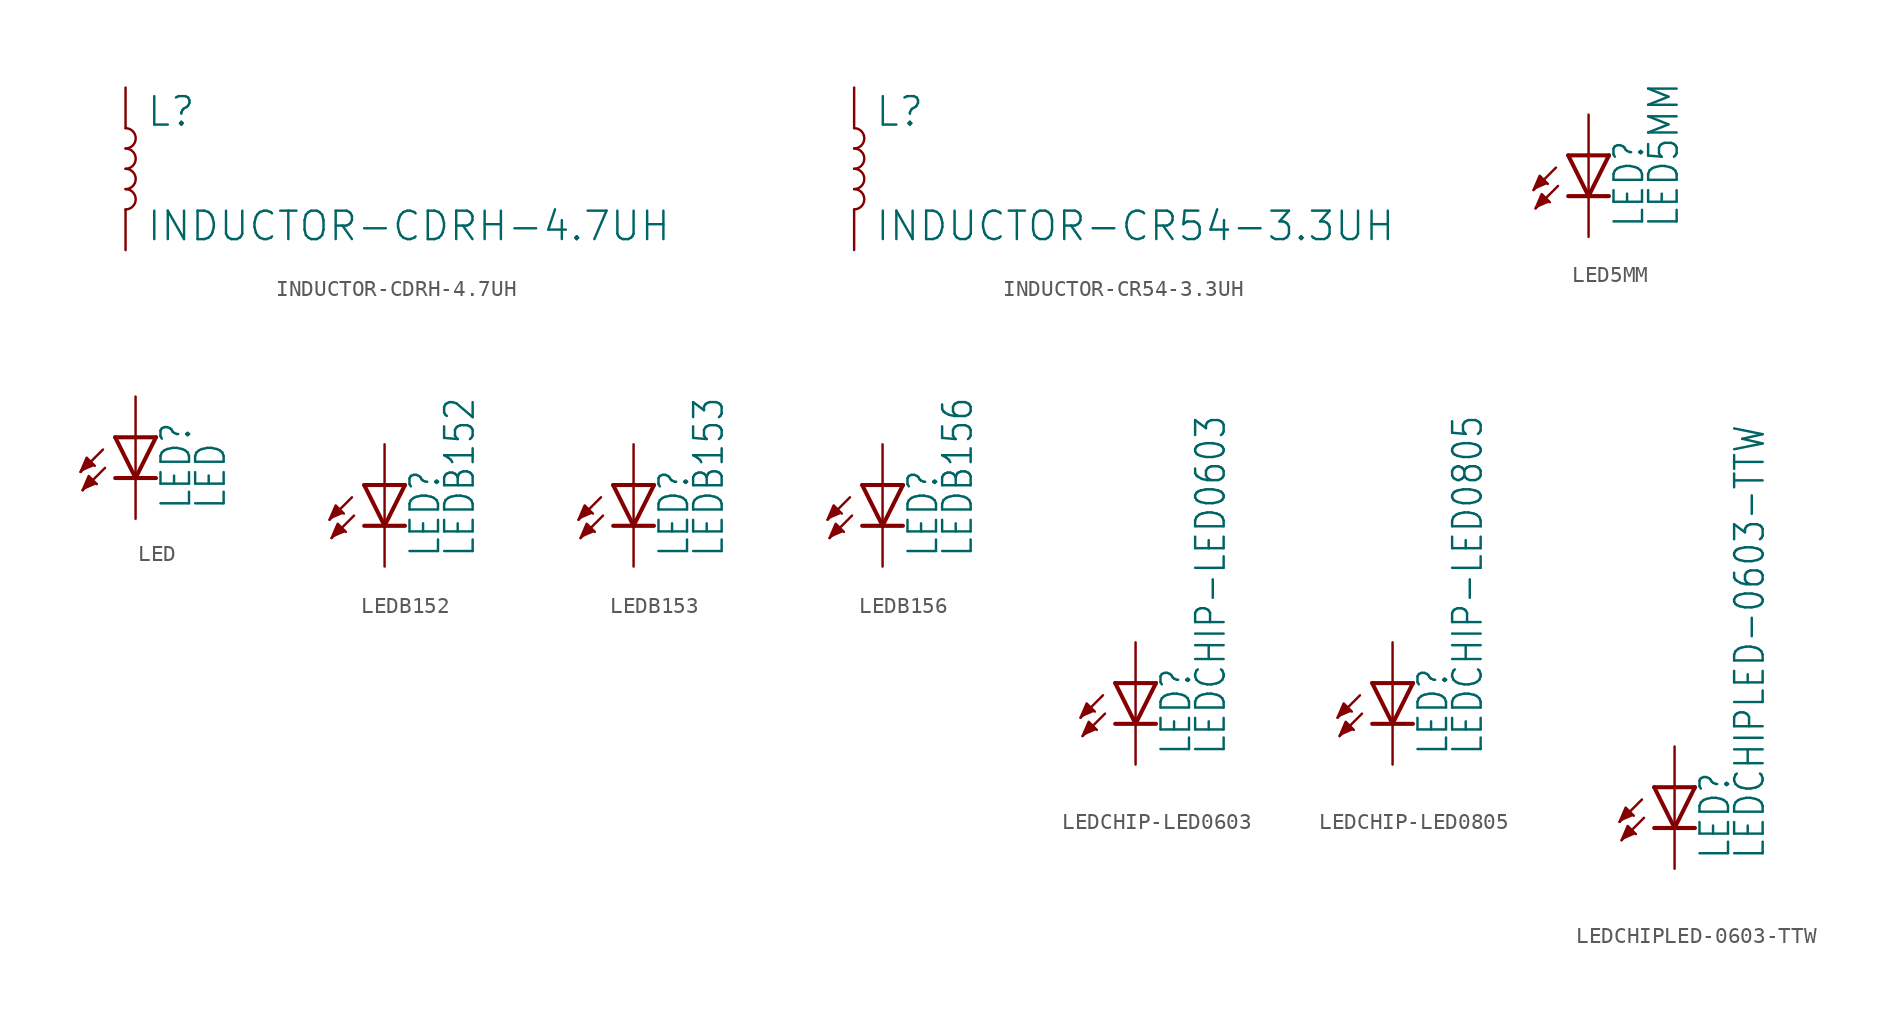
<source format=kicad_sym>
(kicad_symbol_lib
  (version 20220331)
  (generator kicad_symbol_editor)
  (symbol "INDUCTOR-CDRH-4.7UH"
    (property "Reference" "L"
      (at 1.27 2.54 0)
      (effects (font (size 1.778 1.778)) (justify left bottom)))
    (property "Value" "INDUCTOR-CDRH-4.7UH"
      (at 1.27 -2.54 0)
      (effects (font (size 1.778 1.778)) (justify left top)))
    (property "ki_locked" ""
      (at 0 0 0)
      (effects (font (size 1.27 1.27))))
    (symbol "INDUCTOR-CDRH-4.7UH_1_0"
      (arc (start 0 -2.54) (mid 0.635 -1.905) (end 0 -1.27) (stroke (width 0.1524) (type solid)) (fill (type none)))
      (arc (start 0 -1.27) (mid 0.635 -0.635) (end 0 0) (stroke (width 0.1524) (type solid)) (fill (type none)))
      (arc (start 0 0) (mid 0.635 0.635) (end 0 1.27) (stroke (width 0.1524) (type solid)) (fill (type none)))
      (arc (start 0 1.27) (mid 0.635 1.905) (end 0 2.54) (stroke (width 0.1524) (type solid)) (fill (type none)))
      (pin passive line (at 0 5.08 270) (length 2.54) (name "1" (effects (font (size 0 0)))) (number "P$1" (effects (font (size 0 0)))))
      (pin passive line (at 0 -5.08 90) (length 2.54) (name "2" (effects (font (size 0 0)))) (number "P$2" (effects (font (size 0 0)))))))
  (symbol "INDUCTOR-CR54-3.3UH"
    (property "Reference" "L"
      (at 1.27 2.54 0)
      (effects (font (size 1.778 1.778)) (justify left bottom)))
    (property "Value" "INDUCTOR-CR54-3.3UH"
      (at 1.27 -2.54 0)
      (effects (font (size 1.778 1.778)) (justify left top)))
    (property "ki_locked" ""
      (at 0 0 0)
      (effects (font (size 1.27 1.27))))
    (symbol "INDUCTOR-CR54-3.3UH_1_0"
      (arc (start 0 -2.54) (mid 0.635 -1.905) (end 0 -1.27) (stroke (width 0.1524) (type solid)) (fill (type none)))
      (arc (start 0 -1.27) (mid 0.635 -0.635) (end 0 0) (stroke (width 0.1524) (type solid)) (fill (type none)))
      (arc (start 0 0) (mid 0.635 0.635) (end 0 1.27) (stroke (width 0.1524) (type solid)) (fill (type none)))
      (arc (start 0 1.27) (mid 0.635 1.905) (end 0 2.54) (stroke (width 0.1524) (type solid)) (fill (type none)))
      (pin passive line (at 0 5.08 270) (length 2.54) (name "1" (effects (font (size 0 0)))) (number "P$1" (effects (font (size 0 0)))))
      (pin passive line (at 0 -5.08 90) (length 2.54) (name "2" (effects (font (size 0 0)))) (number "P$2" (effects (font (size 0 0)))))))
  (symbol "LED5MM"
    (property "Reference" "LED"
      (at 3.556 -4.572 90)
      (effects (font (size 1.778 1.511)) (justify left bottom)))
    (property "Value" "LED5MM"
      (at 5.715 -4.572 90)
      (effects (font (size 1.778 1.511)) (justify left bottom)))
    (property "ki_locked" ""
      (at 0 0 0)
      (effects (font (size 1.27 1.27))))
    (symbol "LED5MM_1_0"
      (polyline (pts (xy -2.032 -0.762) (xy -3.429 -2.159)) (stroke (width 0.152) (type solid)) (fill (type none)))
      (polyline (pts (xy -1.905 -1.905) (xy -3.302 -3.302)) (stroke (width 0.152) (type solid)) (fill (type none)))
      (polyline (pts (xy 0 -2.54) (xy -1.27 -2.54)) (stroke (width 0.254) (type solid)) (fill (type none)))
      (polyline (pts (xy 0 -2.54) (xy -1.27 0)) (stroke (width 0.254) (type solid)) (fill (type none)))
      (polyline (pts (xy 0 0) (xy -1.27 0)) (stroke (width 0.254) (type solid)) (fill (type none)))
      (polyline (pts (xy 0 0) (xy 0 -2.54)) (stroke (width 0.152) (type solid)) (fill (type none)))
      (polyline (pts (xy 1.27 -2.54) (xy 0 -2.54)) (stroke (width 0.254) (type solid)) (fill (type none)))
      (polyline (pts (xy 1.27 0) (xy 0 -2.54)) (stroke (width 0.254) (type solid)) (fill (type none)))
      (polyline (pts (xy 1.27 0) (xy 0 0)) (stroke (width 0.254) (type solid)) (fill (type none)))
      (polyline (pts (xy -3.429 -2.159) (xy -3.048 -1.27) (xy -2.54 -1.778)) (stroke (width 0) (type default)) (fill (type outline)))
      (polyline (pts (xy -3.302 -3.302) (xy -2.921 -2.413) (xy -2.413 -2.921)) (stroke (width 0) (type default)) (fill (type outline)))
      (pin passive line (at 0 2.54 270) (length 2.54) (name "A" (effects (font (size 0 0)))) (number "A" (effects (font (size 0 0)))))
      (pin passive line (at 0 -5.08 90) (length 2.54) (name "C" (effects (font (size 0 0)))) (number "K" (effects (font (size 0 0)))))))
  (symbol "LED"
    (property "Reference" "LED"
      (at 3.556 -4.572 90)
      (effects (font (size 1.778 1.511)) (justify left bottom)))
    (property "Value" "LED"
      (at 5.715 -4.572 90)
      (effects (font (size 1.778 1.511)) (justify left bottom)))
    (property "ki_locked" ""
      (at 0 0 0)
      (effects (font (size 1.27 1.27))))
    (symbol "LED_1_0"
      (polyline (pts (xy -2.032 -0.762) (xy -3.429 -2.159)) (stroke (width 0.152) (type solid)) (fill (type none)))
      (polyline (pts (xy -1.905 -1.905) (xy -3.302 -3.302)) (stroke (width 0.152) (type solid)) (fill (type none)))
      (polyline (pts (xy 0 -2.54) (xy -1.27 -2.54)) (stroke (width 0.254) (type solid)) (fill (type none)))
      (polyline (pts (xy 0 -2.54) (xy -1.27 0)) (stroke (width 0.254) (type solid)) (fill (type none)))
      (polyline (pts (xy 0 0) (xy -1.27 0)) (stroke (width 0.254) (type solid)) (fill (type none)))
      (polyline (pts (xy 0 0) (xy 0 -2.54)) (stroke (width 0.152) (type solid)) (fill (type none)))
      (polyline (pts (xy 1.27 -2.54) (xy 0 -2.54)) (stroke (width 0.254) (type solid)) (fill (type none)))
      (polyline (pts (xy 1.27 0) (xy 0 -2.54)) (stroke (width 0.254) (type solid)) (fill (type none)))
      (polyline (pts (xy 1.27 0) (xy 0 0)) (stroke (width 0.254) (type solid)) (fill (type none)))
      (polyline (pts (xy -3.429 -2.159) (xy -3.048 -1.27) (xy -2.54 -1.778)) (stroke (width 0) (type default)) (fill (type outline)))
      (polyline (pts (xy -3.302 -3.302) (xy -2.921 -2.413) (xy -2.413 -2.921)) (stroke (width 0) (type default)) (fill (type outline)))
      (pin passive line (at 0 2.54 270) (length 2.54) (name "A" (effects (font (size 0 0)))) (number "A@1" (effects (font (size 0 0)))))
      (pin passive line (at 0 -5.08 90) (length 2.54) (name "C" (effects (font (size 0 0)))) (number "C@1" (effects (font (size 0 0)))))))
  (symbol "LEDB152"
    (property "Reference" "LED"
      (at 3.556 -4.572 90)
      (effects (font (size 1.778 1.511)) (justify left bottom)))
    (property "Value" "LEDB152"
      (at 5.715 -4.572 90)
      (effects (font (size 1.778 1.511)) (justify left bottom)))
    (property "ki_locked" ""
      (at 0 0 0)
      (effects (font (size 1.27 1.27))))
    (symbol "LEDB152_1_0"
      (polyline (pts (xy -2.032 -0.762) (xy -3.429 -2.159)) (stroke (width 0.152) (type solid)) (fill (type none)))
      (polyline (pts (xy -1.905 -1.905) (xy -3.302 -3.302)) (stroke (width 0.152) (type solid)) (fill (type none)))
      (polyline (pts (xy 0 -2.54) (xy -1.27 -2.54)) (stroke (width 0.254) (type solid)) (fill (type none)))
      (polyline (pts (xy 0 -2.54) (xy -1.27 0)) (stroke (width 0.254) (type solid)) (fill (type none)))
      (polyline (pts (xy 0 0) (xy -1.27 0)) (stroke (width 0.254) (type solid)) (fill (type none)))
      (polyline (pts (xy 0 0) (xy 0 -2.54)) (stroke (width 0.152) (type solid)) (fill (type none)))
      (polyline (pts (xy 1.27 -2.54) (xy 0 -2.54)) (stroke (width 0.254) (type solid)) (fill (type none)))
      (polyline (pts (xy 1.27 0) (xy 0 -2.54)) (stroke (width 0.254) (type solid)) (fill (type none)))
      (polyline (pts (xy 1.27 0) (xy 0 0)) (stroke (width 0.254) (type solid)) (fill (type none)))
      (polyline (pts (xy -3.429 -2.159) (xy -3.048 -1.27) (xy -2.54 -1.778)) (stroke (width 0) (type default)) (fill (type outline)))
      (polyline (pts (xy -3.302 -3.302) (xy -2.921 -2.413) (xy -2.413 -2.921)) (stroke (width 0) (type default)) (fill (type outline)))
      (pin passive line (at 0 2.54 270) (length 2.54) (name "A" (effects (font (size 0 0)))) (number "A" (effects (font (size 0 0)))))
      (pin passive line (at 0 -5.08 90) (length 2.54) (name "C" (effects (font (size 0 0)))) (number "K" (effects (font (size 0 0)))))))
  (symbol "LEDB153"
    (property "Reference" "LED"
      (at 3.556 -4.572 90)
      (effects (font (size 1.778 1.511)) (justify left bottom)))
    (property "Value" "LEDB153"
      (at 5.715 -4.572 90)
      (effects (font (size 1.778 1.511)) (justify left bottom)))
    (property "ki_locked" ""
      (at 0 0 0)
      (effects (font (size 1.27 1.27))))
    (symbol "LEDB153_1_0"
      (polyline (pts (xy -2.032 -0.762) (xy -3.429 -2.159)) (stroke (width 0.152) (type solid)) (fill (type none)))
      (polyline (pts (xy -1.905 -1.905) (xy -3.302 -3.302)) (stroke (width 0.152) (type solid)) (fill (type none)))
      (polyline (pts (xy 0 -2.54) (xy -1.27 -2.54)) (stroke (width 0.254) (type solid)) (fill (type none)))
      (polyline (pts (xy 0 -2.54) (xy -1.27 0)) (stroke (width 0.254) (type solid)) (fill (type none)))
      (polyline (pts (xy 0 0) (xy -1.27 0)) (stroke (width 0.254) (type solid)) (fill (type none)))
      (polyline (pts (xy 0 0) (xy 0 -2.54)) (stroke (width 0.152) (type solid)) (fill (type none)))
      (polyline (pts (xy 1.27 -2.54) (xy 0 -2.54)) (stroke (width 0.254) (type solid)) (fill (type none)))
      (polyline (pts (xy 1.27 0) (xy 0 -2.54)) (stroke (width 0.254) (type solid)) (fill (type none)))
      (polyline (pts (xy 1.27 0) (xy 0 0)) (stroke (width 0.254) (type solid)) (fill (type none)))
      (polyline (pts (xy -3.429 -2.159) (xy -3.048 -1.27) (xy -2.54 -1.778)) (stroke (width 0) (type default)) (fill (type outline)))
      (polyline (pts (xy -3.302 -3.302) (xy -2.921 -2.413) (xy -2.413 -2.921)) (stroke (width 0) (type default)) (fill (type outline)))
      (pin passive line (at 0 2.54 270) (length 2.54) (name "A" (effects (font (size 0 0)))) (number "A" (effects (font (size 0 0)))))
      (pin passive line (at 0 -5.08 90) (length 2.54) (name "C" (effects (font (size 0 0)))) (number "K" (effects (font (size 0 0)))))))
  (symbol "LEDB156"
    (property "Reference" "LED"
      (at 3.556 -4.572 90)
      (effects (font (size 1.778 1.511)) (justify left bottom)))
    (property "Value" "LEDB156"
      (at 5.715 -4.572 90)
      (effects (font (size 1.778 1.511)) (justify left bottom)))
    (property "ki_locked" ""
      (at 0 0 0)
      (effects (font (size 1.27 1.27))))
    (symbol "LEDB156_1_0"
      (polyline (pts (xy -2.032 -0.762) (xy -3.429 -2.159)) (stroke (width 0.152) (type solid)) (fill (type none)))
      (polyline (pts (xy -1.905 -1.905) (xy -3.302 -3.302)) (stroke (width 0.152) (type solid)) (fill (type none)))
      (polyline (pts (xy 0 -2.54) (xy -1.27 -2.54)) (stroke (width 0.254) (type solid)) (fill (type none)))
      (polyline (pts (xy 0 -2.54) (xy -1.27 0)) (stroke (width 0.254) (type solid)) (fill (type none)))
      (polyline (pts (xy 0 0) (xy -1.27 0)) (stroke (width 0.254) (type solid)) (fill (type none)))
      (polyline (pts (xy 0 0) (xy 0 -2.54)) (stroke (width 0.152) (type solid)) (fill (type none)))
      (polyline (pts (xy 1.27 -2.54) (xy 0 -2.54)) (stroke (width 0.254) (type solid)) (fill (type none)))
      (polyline (pts (xy 1.27 0) (xy 0 -2.54)) (stroke (width 0.254) (type solid)) (fill (type none)))
      (polyline (pts (xy 1.27 0) (xy 0 0)) (stroke (width 0.254) (type solid)) (fill (type none)))
      (polyline (pts (xy -3.429 -2.159) (xy -3.048 -1.27) (xy -2.54 -1.778)) (stroke (width 0) (type default)) (fill (type outline)))
      (polyline (pts (xy -3.302 -3.302) (xy -2.921 -2.413) (xy -2.413 -2.921)) (stroke (width 0) (type default)) (fill (type outline)))
      (pin passive line (at 0 2.54 270) (length 2.54) (name "A" (effects (font (size 0 0)))) (number "A" (effects (font (size 0 0)))))
      (pin passive line (at 0 -5.08 90) (length 2.54) (name "C" (effects (font (size 0 0)))) (number "K" (effects (font (size 0 0)))))))
  (symbol "LEDCHIP-LED0603"
    (property "Reference" "LED"
      (at 3.556 -4.572 90)
      (effects (font (size 1.778 1.511)) (justify left bottom)))
    (property "Value" "LEDCHIP-LED0603"
      (at 5.715 -4.572 90)
      (effects (font (size 1.778 1.511)) (justify left bottom)))
    (property "ki_locked" ""
      (at 0 0 0)
      (effects (font (size 1.27 1.27))))
    (symbol "LEDCHIP-LED0603_1_0"
      (polyline (pts (xy -2.032 -0.762) (xy -3.429 -2.159)) (stroke (width 0.152) (type solid)) (fill (type none)))
      (polyline (pts (xy -1.905 -1.905) (xy -3.302 -3.302)) (stroke (width 0.152) (type solid)) (fill (type none)))
      (polyline (pts (xy 0 -2.54) (xy -1.27 -2.54)) (stroke (width 0.254) (type solid)) (fill (type none)))
      (polyline (pts (xy 0 -2.54) (xy -1.27 0)) (stroke (width 0.254) (type solid)) (fill (type none)))
      (polyline (pts (xy 0 0) (xy -1.27 0)) (stroke (width 0.254) (type solid)) (fill (type none)))
      (polyline (pts (xy 0 0) (xy 0 -2.54)) (stroke (width 0.152) (type solid)) (fill (type none)))
      (polyline (pts (xy 1.27 -2.54) (xy 0 -2.54)) (stroke (width 0.254) (type solid)) (fill (type none)))
      (polyline (pts (xy 1.27 0) (xy 0 -2.54)) (stroke (width 0.254) (type solid)) (fill (type none)))
      (polyline (pts (xy 1.27 0) (xy 0 0)) (stroke (width 0.254) (type solid)) (fill (type none)))
      (polyline (pts (xy -3.429 -2.159) (xy -3.048 -1.27) (xy -2.54 -1.778)) (stroke (width 0) (type default)) (fill (type outline)))
      (polyline (pts (xy -3.302 -3.302) (xy -2.921 -2.413) (xy -2.413 -2.921)) (stroke (width 0) (type default)) (fill (type outline)))
      (pin passive line (at 0 2.54 270) (length 2.54) (name "A" (effects (font (size 0 0)))) (number "A" (effects (font (size 0 0)))))
      (pin passive line (at 0 -5.08 90) (length 2.54) (name "C" (effects (font (size 0 0)))) (number "C" (effects (font (size 0 0)))))))
  (symbol "LEDCHIP-LED0805"
    (property "Reference" "LED"
      (at 3.556 -4.572 90)
      (effects (font (size 1.778 1.511)) (justify left bottom)))
    (property "Value" "LEDCHIP-LED0805"
      (at 5.715 -4.572 90)
      (effects (font (size 1.778 1.511)) (justify left bottom)))
    (property "ki_locked" ""
      (at 0 0 0)
      (effects (font (size 1.27 1.27))))
    (symbol "LEDCHIP-LED0805_1_0"
      (polyline (pts (xy -2.032 -0.762) (xy -3.429 -2.159)) (stroke (width 0.152) (type solid)) (fill (type none)))
      (polyline (pts (xy -1.905 -1.905) (xy -3.302 -3.302)) (stroke (width 0.152) (type solid)) (fill (type none)))
      (polyline (pts (xy 0 -2.54) (xy -1.27 -2.54)) (stroke (width 0.254) (type solid)) (fill (type none)))
      (polyline (pts (xy 0 -2.54) (xy -1.27 0)) (stroke (width 0.254) (type solid)) (fill (type none)))
      (polyline (pts (xy 0 0) (xy -1.27 0)) (stroke (width 0.254) (type solid)) (fill (type none)))
      (polyline (pts (xy 0 0) (xy 0 -2.54)) (stroke (width 0.152) (type solid)) (fill (type none)))
      (polyline (pts (xy 1.27 -2.54) (xy 0 -2.54)) (stroke (width 0.254) (type solid)) (fill (type none)))
      (polyline (pts (xy 1.27 0) (xy 0 -2.54)) (stroke (width 0.254) (type solid)) (fill (type none)))
      (polyline (pts (xy 1.27 0) (xy 0 0)) (stroke (width 0.254) (type solid)) (fill (type none)))
      (polyline (pts (xy -3.429 -2.159) (xy -3.048 -1.27) (xy -2.54 -1.778)) (stroke (width 0) (type default)) (fill (type outline)))
      (polyline (pts (xy -3.302 -3.302) (xy -2.921 -2.413) (xy -2.413 -2.921)) (stroke (width 0) (type default)) (fill (type outline)))
      (pin passive line (at 0 2.54 270) (length 2.54) (name "A" (effects (font (size 0 0)))) (number "A" (effects (font (size 0 0)))))
      (pin passive line (at 0 -5.08 90) (length 2.54) (name "C" (effects (font (size 0 0)))) (number "C" (effects (font (size 0 0)))))))
  (symbol "LEDCHIPLED-0603-TTW"
    (property "Reference" "LED"
      (at 3.556 -4.572 90)
      (effects (font (size 1.778 1.511)) (justify left bottom)))
    (property "Value" "LEDCHIPLED-0603-TTW"
      (at 5.715 -4.572 90)
      (effects (font (size 1.778 1.511)) (justify left bottom)))
    (property "ki_locked" ""
      (at 0 0 0)
      (effects (font (size 1.27 1.27))))
    (symbol "LEDCHIPLED-0603-TTW_1_0"
      (polyline (pts (xy -2.032 -0.762) (xy -3.429 -2.159)) (stroke (width 0.152) (type solid)) (fill (type none)))
      (polyline (pts (xy -1.905 -1.905) (xy -3.302 -3.302)) (stroke (width 0.152) (type solid)) (fill (type none)))
      (polyline (pts (xy 0 -2.54) (xy -1.27 -2.54)) (stroke (width 0.254) (type solid)) (fill (type none)))
      (polyline (pts (xy 0 -2.54) (xy -1.27 0)) (stroke (width 0.254) (type solid)) (fill (type none)))
      (polyline (pts (xy 0 0) (xy -1.27 0)) (stroke (width 0.254) (type solid)) (fill (type none)))
      (polyline (pts (xy 0 0) (xy 0 -2.54)) (stroke (width 0.152) (type solid)) (fill (type none)))
      (polyline (pts (xy 1.27 -2.54) (xy 0 -2.54)) (stroke (width 0.254) (type solid)) (fill (type none)))
      (polyline (pts (xy 1.27 0) (xy 0 -2.54)) (stroke (width 0.254) (type solid)) (fill (type none)))
      (polyline (pts (xy 1.27 0) (xy 0 0)) (stroke (width 0.254) (type solid)) (fill (type none)))
      (polyline (pts (xy -3.429 -2.159) (xy -3.048 -1.27) (xy -2.54 -1.778)) (stroke (width 0) (type default)) (fill (type outline)))
      (polyline (pts (xy -3.302 -3.302) (xy -2.921 -2.413) (xy -2.413 -2.921)) (stroke (width 0) (type default)) (fill (type outline)))
      (pin passive line (at 0 2.54 270) (length 2.54) (name "A" (effects (font (size 0 0)))) (number "A@1" (effects (font (size 0 0)))))
      (pin passive line (at 0 -5.08 90) (length 2.54) (name "C" (effects (font (size 0 0)))) (number "C@1" (effects (font (size 0 0))))))))
</source>
